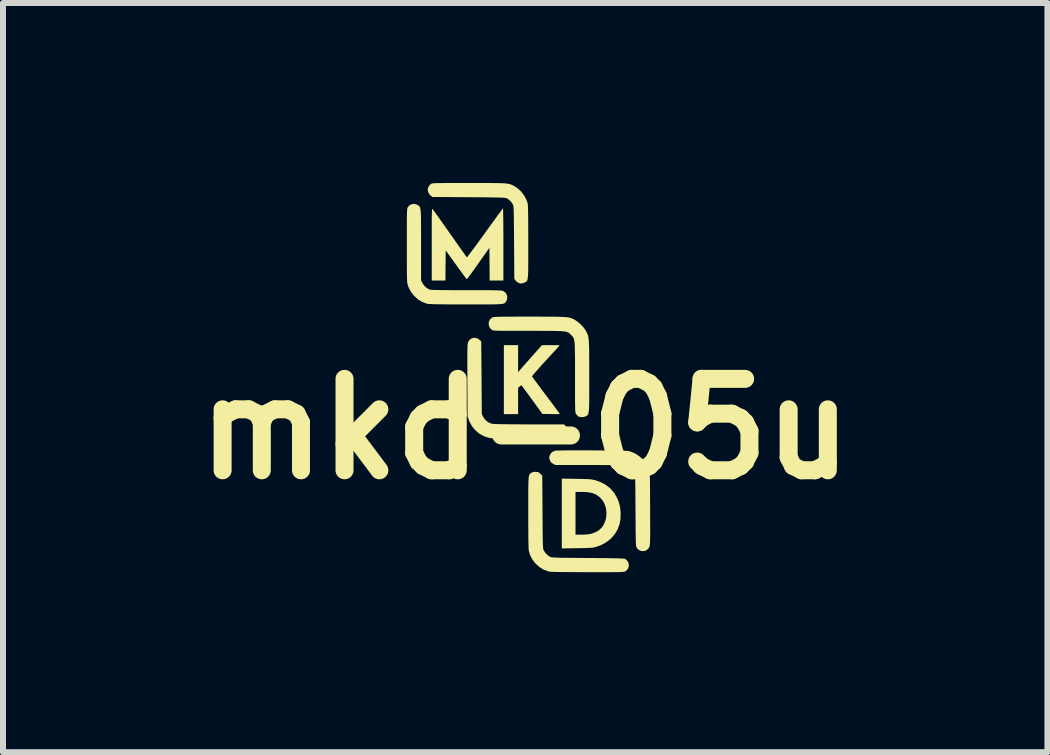
<source format=kicad_pcb>
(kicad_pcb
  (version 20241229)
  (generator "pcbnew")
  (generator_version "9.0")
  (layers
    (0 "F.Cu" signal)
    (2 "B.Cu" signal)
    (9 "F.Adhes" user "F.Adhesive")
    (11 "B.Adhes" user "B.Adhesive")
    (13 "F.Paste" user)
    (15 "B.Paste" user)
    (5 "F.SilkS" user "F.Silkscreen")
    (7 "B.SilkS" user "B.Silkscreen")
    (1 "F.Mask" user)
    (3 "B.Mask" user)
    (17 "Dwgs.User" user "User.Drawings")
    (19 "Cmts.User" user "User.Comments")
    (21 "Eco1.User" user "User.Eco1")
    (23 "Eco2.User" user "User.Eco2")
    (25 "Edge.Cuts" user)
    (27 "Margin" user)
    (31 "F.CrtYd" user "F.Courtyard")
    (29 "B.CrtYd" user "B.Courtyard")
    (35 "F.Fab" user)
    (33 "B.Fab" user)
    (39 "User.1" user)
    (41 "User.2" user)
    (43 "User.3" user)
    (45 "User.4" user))
  (footprint "mkd-05u"
    (layer "F.Cu")
    (at 5.704 4.099)
    (property "Reference" "mkd-05u" (at 0 0 0) (layer "F.SilkS") (effects (font (size 1.524 1.524) (thickness 0.3))))
    (attr through_hole)
    (fp_poly (pts (xy 0.853 0.832) (xy 0.926 0.833) (xy 0.985 0.835) (xy 1.031 0.836) (xy 1.068 0.838) (xy 1.097 0.841) (xy 1.122 0.845) (xy 1.144 0.849) (xy 1.165 0.854) (xy 1.258 0.887) (xy 1.342 0.932) (xy 1.415 0.989) (xy 1.475 1.056) (xy 1.522 1.133) (xy 1.523 1.135) (xy 1.552 1.199) (xy 1.571 1.259) (xy 1.583 1.321) (xy 1.59 1.392) (xy 1.59 1.394) (xy 1.588 1.495) (xy 1.572 1.588) (xy 1.54 1.674) (xy 1.494 1.752) (xy 1.432 1.824) (xy 1.414 1.84) (xy 1.341 1.895) (xy 1.258 1.939) (xy 1.18 1.966) (xy 1.159 1.972) (xy 1.138 1.976) (xy 1.114 1.979) (xy 1.085 1.982) (xy 1.049 1.984) (xy 1.003 1.986) (xy 0.945 1.987) (xy 0.873 1.988) (xy 0.862 1.988) (xy 0.61 1.992) (xy 0.61 1.05) (xy 0.838 1.05) (xy 0.838 1.762) (xy 0.943 1.762) (xy 1.002 1.76) (xy 1.053 1.756) (xy 1.092 1.75) (xy 1.095 1.749) (xy 1.17 1.722) (xy 1.233 1.685) (xy 1.282 1.637) (xy 1.318 1.577) (xy 1.343 1.506) (xy 1.349 1.472) (xy 1.354 1.395) (xy 1.345 1.321) (xy 1.323 1.252) (xy 1.289 1.191) (xy 1.243 1.139) (xy 1.188 1.099) (xy 1.168 1.089) (xy 1.126 1.072) (xy 1.083 1.061) (xy 1.033 1.054) (xy 0.973 1.051) (xy 0.935 1.05) (xy 0.838 1.05) (xy 0.61 1.05) (xy 0.61 0.828)) (stroke (width 0) (type solid)) (fill yes) (layer "F.SilkS"))
    (fp_poly (pts (xy -0.119 -0.946) (xy -0.087 -0.983) (xy -0.073 -0.999) (xy -0.05 -1.025) (xy -0.019 -1.061) (xy 0.018 -1.103) (xy 0.06 -1.149) (xy 0.103 -1.199) (xy 0.112 -1.209) (xy 0.28 -1.397) (xy 0.429 -1.397) (xy 0.482 -1.397) (xy 0.521 -1.397) (xy 0.547 -1.396) (xy 0.562 -1.394) (xy 0.569 -1.391) (xy 0.569 -1.387) (xy 0.566 -1.383) (xy 0.558 -1.374) (xy 0.54 -1.354) (xy 0.513 -1.324) (xy 0.478 -1.286) (xy 0.437 -1.241) (xy 0.391 -1.192) (xy 0.342 -1.138) (xy 0.332 -1.127) (xy 0.283 -1.074) (xy 0.238 -1.023) (xy 0.198 -0.978) (xy 0.164 -0.939) (xy 0.138 -0.909) (xy 0.121 -0.887) (xy 0.114 -0.876) (xy 0.114 -0.875) (xy 0.119 -0.867) (xy 0.134 -0.846) (xy 0.157 -0.814) (xy 0.188 -0.773) (xy 0.224 -0.724) (xy 0.265 -0.669) (xy 0.31 -0.609) (xy 0.347 -0.56) (xy 0.394 -0.497) (xy 0.438 -0.438) (xy 0.478 -0.385) (xy 0.512 -0.338) (xy 0.54 -0.3) (xy 0.561 -0.272) (xy 0.573 -0.255) (xy 0.576 -0.25) (xy 0.568 -0.248) (xy 0.546 -0.247) (xy 0.512 -0.247) (xy 0.47 -0.247) (xy 0.431 -0.248) (xy 0.286 -0.25) (xy 0.118 -0.482) (xy 0.078 -0.537) (xy 0.04 -0.589) (xy 0.007 -0.634) (xy -0.02 -0.672) (xy -0.042 -0.7) (xy -0.055 -0.718) (xy -0.059 -0.723) (xy -0.07 -0.724) (xy -0.089 -0.711) (xy -0.093 -0.707) (xy -0.119 -0.683) (xy -0.119 -0.246) (xy -0.356 -0.246) (xy -0.356 -1.397) (xy -0.119 -1.397)) (stroke (width 0) (type solid)) (fill yes) (layer "F.SilkS"))
    (fp_poly (pts (xy -0.823 -1.517) (xy -0.784 -1.502) (xy -0.764 -1.487) (xy -0.733 -1.458) (xy -0.728 -0.853) (xy -0.724 -0.249) (xy -0.699 -0.198) (xy -0.664 -0.149) (xy -0.619 -0.112) (xy -0.564 -0.089) (xy -0.55 -0.085) (xy -0.531 -0.083) (xy -0.495 -0.081) (xy -0.442 -0.08) (xy -0.372 -0.079) (xy -0.286 -0.078) (xy -0.183 -0.077) (xy -0.063 -0.076) (xy 0.069 -0.076) (xy 0.646 -0.076) (xy 0.679 -0.043) (xy 0.705 -0.007) (xy 0.715 0.034) (xy 0.708 0.076) (xy 0.694 0.107) (xy 0.687 0.117) (xy 0.681 0.126) (xy 0.674 0.133) (xy 0.664 0.14) (xy 0.651 0.145) (xy 0.632 0.149) (xy 0.608 0.153) (xy 0.577 0.155) (xy 0.538 0.157) (xy 0.489 0.159) (xy 0.429 0.16) (xy 0.358 0.16) (xy 0.273 0.16) (xy 0.174 0.16) (xy 0.06 0.16) (xy 0.027 0.16) (xy -0.094 0.16) (xy -0.199 0.16) (xy -0.289 0.159) (xy -0.366 0.158) (xy -0.43 0.158) (xy -0.483 0.156) (xy -0.525 0.155) (xy -0.558 0.154) (xy -0.583 0.152) (xy -0.601 0.149) (xy -0.607 0.148) (xy -0.687 0.122) (xy -0.761 0.082) (xy -0.826 0.028) (xy -0.881 -0.037) (xy -0.925 -0.112) (xy -0.941 -0.152) (xy -0.961 -0.208) (xy -0.964 -0.809) (xy -0.964 -0.926) (xy -0.964 -1.027) (xy -0.965 -1.113) (xy -0.965 -1.187) (xy -0.964 -1.248) (xy -0.964 -1.298) (xy -0.963 -1.339) (xy -0.962 -1.371) (xy -0.961 -1.396) (xy -0.959 -1.414) (xy -0.957 -1.428) (xy -0.955 -1.439) (xy -0.953 -1.446) (xy -0.931 -1.481) (xy -0.9 -1.506) (xy -0.862 -1.518)) (stroke (width 0) (type solid)) (fill yes) (layer "F.SilkS"))
    (fp_poly (pts (xy -0.369 -3.667) (xy -0.368 -3.643) (xy -0.368 -3.605) (xy -0.367 -3.554) (xy -0.366 -3.492) (xy -0.365 -3.419) (xy -0.365 -3.338) (xy -0.364 -3.249) (xy -0.364 -3.153) (xy -0.364 -3.074) (xy -0.364 -2.473) (xy -0.593 -2.473) (xy -0.595 -2.746) (xy -0.597 -3.019) (xy -0.783 -2.755) (xy -0.825 -2.696) (xy -0.863 -2.642) (xy -0.898 -2.594) (xy -0.928 -2.554) (xy -0.951 -2.523) (xy -0.967 -2.503) (xy -0.975 -2.495) (xy -0.975 -2.495) (xy -0.981 -2.502) (xy -0.996 -2.522) (xy -1.019 -2.552) (xy -1.048 -2.592) (xy -1.082 -2.638) (xy -1.12 -2.69) (xy -1.153 -2.737) (xy -1.325 -2.975) (xy -1.328 -2.724) (xy -1.33 -2.473) (xy -1.558 -2.473) (xy -1.558 -3.076) (xy -1.558 -3.192) (xy -1.558 -3.292) (xy -1.558 -3.377) (xy -1.558 -3.448) (xy -1.558 -3.507) (xy -1.557 -3.555) (xy -1.556 -3.592) (xy -1.555 -3.621) (xy -1.554 -3.641) (xy -1.553 -3.655) (xy -1.551 -3.663) (xy -1.549 -3.666) (xy -1.546 -3.666) (xy -1.543 -3.664) (xy -1.543 -3.663) (xy -1.535 -3.653) (xy -1.519 -3.63) (xy -1.494 -3.597) (xy -1.463 -3.553) (xy -1.426 -3.501) (xy -1.384 -3.441) (xy -1.337 -3.375) (xy -1.288 -3.305) (xy -1.254 -3.257) (xy -1.203 -3.184) (xy -1.155 -3.116) (xy -1.111 -3.053) (xy -1.071 -2.997) (xy -1.037 -2.949) (xy -1.009 -2.91) (xy -0.989 -2.881) (xy -0.977 -2.864) (xy -0.974 -2.86) (xy -0.968 -2.865) (xy -0.953 -2.883) (xy -0.93 -2.913) (xy -0.9 -2.953) (xy -0.863 -3.002) (xy -0.821 -3.058) (xy -0.775 -3.122) (xy -0.725 -3.191) (xy -0.672 -3.264) (xy -0.619 -3.338) (xy -0.569 -3.407) (xy -0.522 -3.472) (xy -0.48 -3.529) (xy -0.444 -3.579) (xy -0.414 -3.619) (xy -0.391 -3.65) (xy -0.376 -3.669) (xy -0.371 -3.675)) (stroke (width 0) (type solid)) (fill yes) (layer "F.SilkS"))
    (fp_poly (pts (xy -0.815 -4.099) (xy -0.711 -4.099) (xy -0.62 -4.099) (xy -0.543 -4.098) (xy -0.478 -4.098) (xy -0.423 -4.096) (xy -0.377 -4.095) (xy -0.34 -4.093) (xy -0.309 -4.09) (xy -0.284 -4.086) (xy -0.264 -4.082) (xy -0.246 -4.077) (xy -0.23 -4.071) (xy -0.214 -4.064) (xy -0.197 -4.056) (xy -0.19 -4.052) (xy -0.124 -4.009) (xy -0.065 -3.953) (xy -0.015 -3.887) (xy 0.023 -3.813) (xy 0.042 -3.756) (xy 0.044 -3.74) (xy 0.045 -3.708) (xy 0.047 -3.659) (xy 0.048 -3.594) (xy 0.049 -3.514) (xy 0.05 -3.42) (xy 0.05 -3.31) (xy 0.051 -3.187) (xy 0.051 -3.114) (xy 0.051 -2.994) (xy 0.051 -2.89) (xy 0.051 -2.801) (xy 0.05 -2.725) (xy 0.05 -2.662) (xy 0.049 -2.609) (xy 0.047 -2.567) (xy 0.044 -2.533) (xy 0.041 -2.507) (xy 0.037 -2.487) (xy 0.032 -2.473) (xy 0.026 -2.462) (xy 0.018 -2.455) (xy 0.009 -2.45) (xy -0.001 -2.445) (xy -0.013 -2.439) (xy -0.013 -2.439) (xy -0.05 -2.425) (xy -0.082 -2.424) (xy -0.116 -2.436) (xy -0.117 -2.436) (xy -0.141 -2.453) (xy -0.162 -2.475) (xy -0.163 -2.476) (xy -0.182 -2.503) (xy -0.186 -3.108) (xy -0.187 -3.224) (xy -0.188 -3.324) (xy -0.189 -3.41) (xy -0.189 -3.482) (xy -0.19 -3.542) (xy -0.191 -3.592) (xy -0.192 -3.632) (xy -0.193 -3.663) (xy -0.195 -3.687) (xy -0.196 -3.706) (xy -0.199 -3.719) (xy -0.201 -3.73) (xy -0.204 -3.737) (xy -0.207 -3.744) (xy -0.209 -3.748) (xy -0.245 -3.797) (xy -0.293 -3.836) (xy -0.305 -3.842) (xy -0.311 -3.845) (xy -0.319 -3.848) (xy -0.33 -3.85) (xy -0.345 -3.852) (xy -0.364 -3.854) (xy -0.39 -3.855) (xy -0.424 -3.856) (xy -0.467 -3.857) (xy -0.519 -3.858) (xy -0.583 -3.859) (xy -0.659 -3.86) (xy -0.748 -3.861) (xy -0.853 -3.861) (xy -0.94 -3.862) (xy -1.546 -3.866) (xy -1.572 -3.885) (xy -1.599 -3.913) (xy -1.618 -3.948) (xy -1.626 -3.983) (xy -1.626 -3.985) (xy -1.619 -4.02) (xy -1.601 -4.054) (xy -1.576 -4.08) (xy -1.572 -4.083) (xy -1.566 -4.086) (xy -1.559 -4.089) (xy -1.55 -4.091) (xy -1.537 -4.093) (xy -1.518 -4.095) (xy -1.494 -4.096) (xy -1.462 -4.097) (xy -1.422 -4.098) (xy -1.372 -4.098) (xy -1.312 -4.099) (xy -1.239 -4.099) (xy -1.152 -4.099) (xy -1.051 -4.099) (xy -0.936 -4.099)) (stroke (width 0) (type solid)) (fill yes) (layer "F.SilkS"))
    (fp_poly (pts (xy 0.2 0.717) (xy 0.22 0.722) (xy 0.237 0.733) (xy 0.252 0.748) (xy 0.284 0.779) (xy 0.288 1.387) (xy 0.289 1.503) (xy 0.29 1.603) (xy 0.29 1.689) (xy 0.291 1.762) (xy 0.292 1.822) (xy 0.293 1.872) (xy 0.294 1.912) (xy 0.295 1.943) (xy 0.296 1.968) (xy 0.298 1.986) (xy 0.3 2) (xy 0.303 2.01) (xy 0.305 2.018) (xy 0.309 2.025) (xy 0.311 2.029) (xy 0.342 2.075) (xy 0.384 2.113) (xy 0.414 2.132) (xy 0.421 2.135) (xy 0.43 2.137) (xy 0.441 2.14) (xy 0.457 2.141) (xy 0.479 2.143) (xy 0.507 2.144) (xy 0.543 2.146) (xy 0.588 2.147) (xy 0.644 2.148) (xy 0.711 2.148) (xy 0.791 2.149) (xy 0.884 2.15) (xy 0.994 2.151) (xy 1.046 2.151) (xy 1.173 2.152) (xy 1.284 2.153) (xy 1.379 2.154) (xy 1.459 2.156) (xy 1.525 2.157) (xy 1.577 2.159) (xy 1.617 2.16) (xy 1.644 2.162) (xy 1.66 2.164) (xy 1.664 2.165) (xy 1.698 2.193) (xy 1.719 2.228) (xy 1.727 2.267) (xy 1.723 2.306) (xy 1.705 2.341) (xy 1.675 2.37) (xy 1.672 2.372) (xy 1.667 2.375) (xy 1.66 2.378) (xy 1.652 2.38) (xy 1.64 2.382) (xy 1.623 2.384) (xy 1.601 2.385) (xy 1.571 2.386) (xy 1.534 2.387) (xy 1.487 2.387) (xy 1.429 2.388) (xy 1.36 2.388) (xy 1.278 2.388) (xy 1.182 2.388) (xy 1.07 2.388) (xy 1.037 2.388) (xy 0.911 2.387) (xy 0.802 2.387) (xy 0.707 2.386) (xy 0.627 2.386) (xy 0.56 2.385) (xy 0.506 2.384) (xy 0.463 2.382) (xy 0.43 2.381) (xy 0.407 2.379) (xy 0.392 2.377) (xy 0.39 2.376) (xy 0.309 2.346) (xy 0.237 2.302) (xy 0.174 2.246) (xy 0.122 2.181) (xy 0.083 2.107) (xy 0.06 2.034) (xy 0.058 2.017) (xy 0.056 1.985) (xy 0.055 1.94) (xy 0.053 1.88) (xy 0.052 1.804) (xy 0.052 1.713) (xy 0.051 1.607) (xy 0.051 1.484) (xy 0.051 1.396) (xy 0.051 1.278) (xy 0.051 1.176) (xy 0.051 1.088) (xy 0.051 1.014) (xy 0.052 0.952) (xy 0.053 0.901) (xy 0.055 0.859) (xy 0.057 0.826) (xy 0.06 0.801) (xy 0.063 0.781) (xy 0.068 0.767) (xy 0.073 0.757) (xy 0.08 0.749) (xy 0.087 0.742) (xy 0.096 0.735) (xy 0.1 0.733) (xy 0.123 0.721) (xy 0.155 0.716) (xy 0.171 0.716)) (stroke (width 0) (type solid)) (fill yes) (layer "F.SilkS"))
    (fp_poly (pts (xy -1.813 -3.742) (xy -1.795 -3.733) (xy -1.784 -3.726) (xy -1.774 -3.719) (xy -1.766 -3.712) (xy -1.759 -3.703) (xy -1.753 -3.691) (xy -1.749 -3.674) (xy -1.745 -3.652) (xy -1.742 -3.624) (xy -1.74 -3.588) (xy -1.738 -3.542) (xy -1.737 -3.487) (xy -1.737 -3.42) (xy -1.736 -3.341) (xy -1.736 -3.247) (xy -1.736 -3.139) (xy -1.736 -3.065) (xy -1.736 -2.475) (xy -1.713 -2.43) (xy -1.683 -2.387) (xy -1.644 -2.351) (xy -1.601 -2.326) (xy -1.586 -2.321) (xy -1.57 -2.319) (xy -1.538 -2.317) (xy -1.49 -2.316) (xy -1.426 -2.315) (xy -1.347 -2.314) (xy -1.253 -2.313) (xy -1.144 -2.312) (xy -1.022 -2.312) (xy -0.974 -2.312) (xy -0.86 -2.312) (xy -0.762 -2.312) (xy -0.678 -2.312) (xy -0.608 -2.312) (xy -0.549 -2.311) (xy -0.502 -2.31) (xy -0.464 -2.309) (xy -0.434 -2.308) (xy -0.411 -2.307) (xy -0.394 -2.305) (xy -0.382 -2.303) (xy -0.373 -2.301) (xy -0.366 -2.298) (xy -0.365 -2.297) (xy -0.329 -2.271) (xy -0.307 -2.236) (xy -0.298 -2.197) (xy -0.304 -2.156) (xy -0.313 -2.136) (xy -0.319 -2.125) (xy -0.325 -2.115) (xy -0.331 -2.107) (xy -0.338 -2.099) (xy -0.349 -2.093) (xy -0.363 -2.088) (xy -0.383 -2.084) (xy -0.409 -2.081) (xy -0.442 -2.079) (xy -0.484 -2.077) (xy -0.536 -2.076) (xy -0.599 -2.076) (xy -0.675 -2.075) (xy -0.763 -2.075) (xy -0.867 -2.075) (xy -0.986 -2.076) (xy -0.988 -2.076) (xy -1.108 -2.076) (xy -1.213 -2.076) (xy -1.302 -2.076) (xy -1.379 -2.077) (xy -1.443 -2.078) (xy -1.495 -2.078) (xy -1.538 -2.08) (xy -1.573 -2.081) (xy -1.599 -2.082) (xy -1.619 -2.084) (xy -1.634 -2.087) (xy -1.642 -2.088) (xy -1.719 -2.118) (xy -1.79 -2.161) (xy -1.852 -2.217) (xy -1.904 -2.284) (xy -1.944 -2.359) (xy -1.96 -2.405) (xy -1.962 -2.415) (xy -1.965 -2.429) (xy -1.967 -2.446) (xy -1.968 -2.469) (xy -1.97 -2.498) (xy -1.971 -2.534) (xy -1.972 -2.58) (xy -1.972 -2.635) (xy -1.973 -2.702) (xy -1.973 -2.782) (xy -1.973 -2.875) (xy -1.973 -2.983) (xy -1.973 -3.06) (xy -1.973 -3.176) (xy -1.973 -3.277) (xy -1.973 -3.363) (xy -1.973 -3.436) (xy -1.973 -3.496) (xy -1.972 -3.546) (xy -1.971 -3.586) (xy -1.97 -3.617) (xy -1.969 -3.641) (xy -1.967 -3.659) (xy -1.966 -3.673) (xy -1.963 -3.682) (xy -1.961 -3.689) (xy -1.958 -3.695) (xy -1.956 -3.697) (xy -1.929 -3.727) (xy -1.892 -3.746) (xy -1.852 -3.751)) (stroke (width 0) (type solid)) (fill yes) (layer "F.SilkS"))
    (fp_poly (pts (xy 0.946 0.357) (xy 1.077 0.357) (xy 1.116 0.358) (xy 1.231 0.358) (xy 1.329 0.359) (xy 1.414 0.359) (xy 1.485 0.36) (xy 1.544 0.361) (xy 1.593 0.361) (xy 1.633 0.362) (xy 1.664 0.364) (xy 1.689 0.365) (xy 1.709 0.367) (xy 1.725 0.369) (xy 1.737 0.372) (xy 1.748 0.375) (xy 1.759 0.378) (xy 1.762 0.379) (xy 1.841 0.414) (xy 1.913 0.464) (xy 1.975 0.525) (xy 2.024 0.597) (xy 2.06 0.676) (xy 2.06 0.677) (xy 2.064 0.688) (xy 2.067 0.699) (xy 2.07 0.711) (xy 2.072 0.725) (xy 2.074 0.743) (xy 2.075 0.767) (xy 2.077 0.796) (xy 2.078 0.833) (xy 2.079 0.878) (xy 2.079 0.934) (xy 2.08 1.001) (xy 2.08 1.081) (xy 2.081 1.175) (xy 2.081 1.283) (xy 2.082 1.33) (xy 2.082 1.446) (xy 2.082 1.546) (xy 2.083 1.632) (xy 2.083 1.705) (xy 2.082 1.766) (xy 2.082 1.816) (xy 2.081 1.856) (xy 2.08 1.888) (xy 2.079 1.912) (xy 2.077 1.931) (xy 2.075 1.945) (xy 2.073 1.955) (xy 2.071 1.963) (xy 2.048 2) (xy 2.016 2.025) (xy 1.977 2.037) (xy 1.935 2.034) (xy 1.91 2.026) (xy 1.883 2.008) (xy 1.861 1.984) (xy 1.859 1.981) (xy 1.856 1.975) (xy 1.853 1.968) (xy 1.851 1.959) (xy 1.848 1.946) (xy 1.847 1.929) (xy 1.845 1.906) (xy 1.844 1.876) (xy 1.843 1.838) (xy 1.842 1.79) (xy 1.841 1.731) (xy 1.84 1.661) (xy 1.84 1.578) (xy 1.839 1.48) (xy 1.838 1.367) (xy 1.838 1.347) (xy 1.837 1.228) (xy 1.836 1.125) (xy 1.836 1.037) (xy 1.835 0.962) (xy 1.834 0.899) (xy 1.832 0.847) (xy 1.83 0.805) (xy 1.828 0.771) (xy 1.824 0.744) (xy 1.82 0.723) (xy 1.815 0.707) (xy 1.808 0.695) (xy 1.8 0.684) (xy 1.791 0.675) (xy 1.78 0.666) (xy 1.768 0.656) (xy 1.767 0.655) (xy 1.739 0.634) (xy 1.711 0.617) (xy 1.696 0.611) (xy 1.683 0.609) (xy 1.66 0.607) (xy 1.625 0.606) (xy 1.578 0.604) (xy 1.519 0.603) (xy 1.446 0.603) (xy 1.359 0.602) (xy 1.256 0.602) (xy 1.138 0.601) (xy 1.083 0.601) (xy 0.503 0.601) (xy 0.466 0.582) (xy 0.439 0.565) (xy 0.421 0.544) (xy 0.412 0.523) (xy 0.402 0.496) (xy 0.4 0.475) (xy 0.404 0.452) (xy 0.405 0.45) (xy 0.425 0.41) (xy 0.458 0.379) (xy 0.493 0.364) (xy 0.509 0.362) (xy 0.541 0.36) (xy 0.589 0.359) (xy 0.654 0.358) (xy 0.735 0.357) (xy 0.832 0.357)) (stroke (width 0) (type solid)) (fill yes) (layer "F.SilkS"))
    (fp_poly (pts (xy 0.073 -1.872) (xy 0.194 -1.872) (xy 0.298 -1.871) (xy 0.389 -1.871) (xy 0.466 -1.871) (xy 0.532 -1.87) (xy 0.587 -1.868) (xy 0.632 -1.866) (xy 0.67 -1.864) (xy 0.701 -1.861) (xy 0.727 -1.857) (xy 0.749 -1.852) (xy 0.768 -1.846) (xy 0.785 -1.839) (xy 0.803 -1.83) (xy 0.821 -1.821) (xy 0.825 -1.819) (xy 0.871 -1.789) (xy 0.919 -1.748) (xy 0.963 -1.702) (xy 1 -1.654) (xy 1.014 -1.63) (xy 1.024 -1.611) (xy 1.032 -1.593) (xy 1.04 -1.576) (xy 1.046 -1.558) (xy 1.051 -1.537) (xy 1.055 -1.512) (xy 1.059 -1.482) (xy 1.061 -1.445) (xy 1.063 -1.401) (xy 1.065 -1.348) (xy 1.066 -1.285) (xy 1.066 -1.21) (xy 1.067 -1.123) (xy 1.067 -1.021) (xy 1.067 -0.904) (xy 1.067 -0.878) (xy 1.067 -0.759) (xy 1.067 -0.657) (xy 1.067 -0.569) (xy 1.066 -0.494) (xy 1.066 -0.431) (xy 1.065 -0.38) (xy 1.063 -0.338) (xy 1.06 -0.305) (xy 1.057 -0.279) (xy 1.053 -0.26) (xy 1.049 -0.246) (xy 1.043 -0.235) (xy 1.036 -0.227) (xy 1.027 -0.221) (xy 1.018 -0.215) (xy 1.012 -0.212) (xy 0.978 -0.199) (xy 0.938 -0.196) (xy 0.9 -0.202) (xy 0.888 -0.208) (xy 0.868 -0.223) (xy 0.85 -0.245) (xy 0.848 -0.249) (xy 0.844 -0.254) (xy 0.841 -0.261) (xy 0.839 -0.269) (xy 0.837 -0.281) (xy 0.835 -0.296) (xy 0.833 -0.318) (xy 0.832 -0.346) (xy 0.832 -0.382) (xy 0.831 -0.427) (xy 0.83 -0.483) (xy 0.83 -0.551) (xy 0.83 -0.631) (xy 0.83 -0.726) (xy 0.83 -0.837) (xy 0.83 -0.857) (xy 0.83 -0.977) (xy 0.83 -1.08) (xy 0.83 -1.17) (xy 0.829 -1.246) (xy 0.828 -1.31) (xy 0.827 -1.363) (xy 0.825 -1.407) (xy 0.822 -1.443) (xy 0.818 -1.471) (xy 0.813 -1.493) (xy 0.807 -1.511) (xy 0.8 -1.526) (xy 0.792 -1.538) (xy 0.782 -1.549) (xy 0.771 -1.561) (xy 0.763 -1.568) (xy 0.751 -1.58) (xy 0.74 -1.591) (xy 0.728 -1.6) (xy 0.715 -1.608) (xy 0.699 -1.615) (xy 0.68 -1.62) (xy 0.655 -1.624) (xy 0.624 -1.628) (xy 0.585 -1.63) (xy 0.537 -1.632) (xy 0.479 -1.633) (xy 0.41 -1.634) (xy 0.328 -1.634) (xy 0.233 -1.635) (xy 0.122 -1.635) (xy 0.052 -1.635) (xy -0.061 -1.635) (xy -0.158 -1.635) (xy -0.241 -1.635) (xy -0.311 -1.635) (xy -0.369 -1.635) (xy -0.416 -1.636) (xy -0.453 -1.637) (xy -0.483 -1.638) (xy -0.505 -1.639) (xy -0.522 -1.641) (xy -0.534 -1.643) (xy -0.542 -1.645) (xy -0.549 -1.648) (xy -0.555 -1.652) (xy -0.556 -1.652) (xy -0.586 -1.68) (xy -0.604 -1.715) (xy -0.61 -1.753) (xy -0.604 -1.791) (xy -0.587 -1.826) (xy -0.557 -1.852) (xy -0.547 -1.858) (xy -0.54 -1.861) (xy -0.53 -1.863) (xy -0.516 -1.865) (xy -0.497 -1.867) (xy -0.472 -1.868) (xy -0.439 -1.869) (xy -0.397 -1.87) (xy -0.345 -1.871) (xy -0.281 -1.871) (xy -0.206 -1.871) (xy -0.116 -1.872) (xy -0.012 -1.872)) (stroke (width 0) (type solid)) (fill yes) (layer "F.SilkS")))
  (gr_rect
    (start -3 -3)
    (end 14.408 9.487)
    (stroke (width 0.1) (type default))
    (fill no)
    (layer "Edge.Cuts")))
</source>
